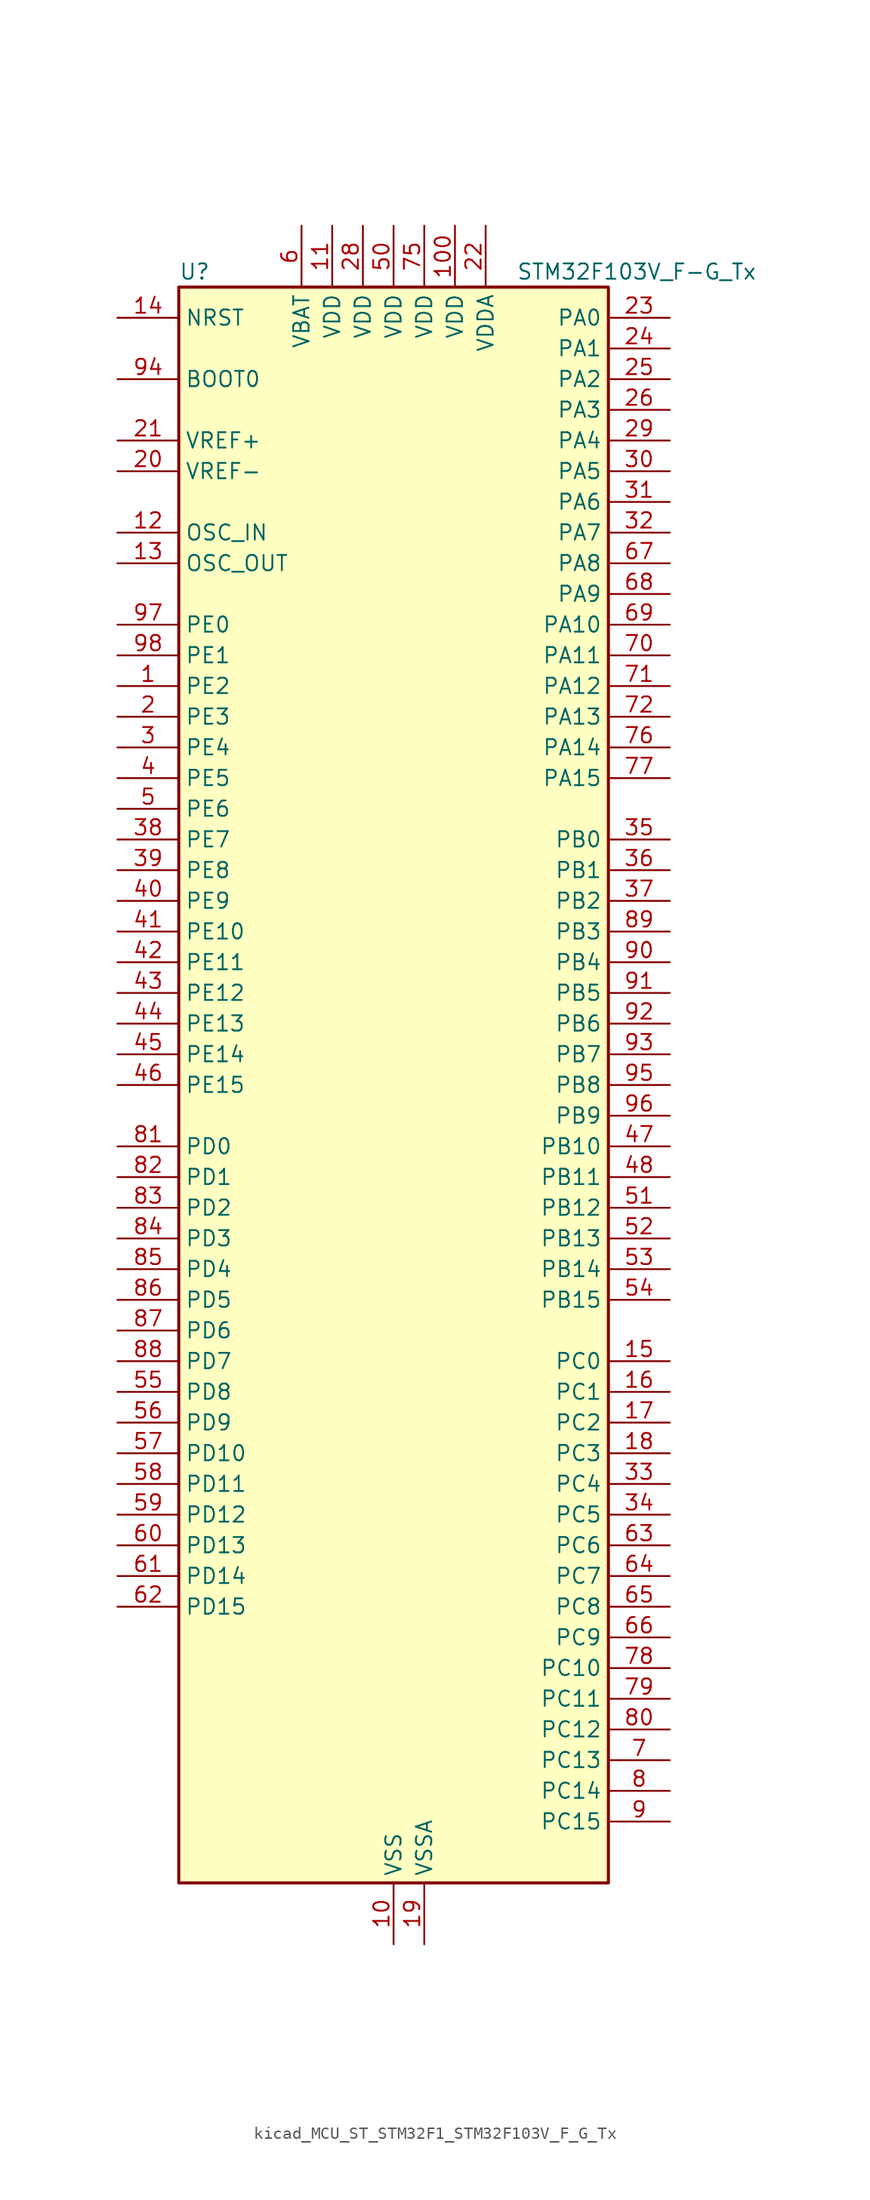
<source format=kicad_sym>
(kicad_symbol_lib
  (version 20220914)
  (generator kicad_symbol_editor)
  (symbol "kicad_MCU_ST_STM32F1_STM32F103V_F_G_Tx"
    (property "Reference" "U"
      (at -17.78 67.31 0)
      (effects (font (size 1.27 1.27)) (justify left)))
    (property "Value" "STM32F103V_F-G_Tx"
      (at 10.16 67.31 0)
      (effects (font (size 1.27 1.27)) (justify left)))
    (property "ki_locked" ""
      (at 0 0 0)
      (effects (font (size 1.27 1.27))))
    (symbol "kicad_MCU_ST_STM32F1_STM32F103V_F_G_Tx_0_1"
      (rectangle (start -17.78 -66.04) (end 17.78 66.04) (stroke (width 0.254) (type default)) (fill (type background))))
    (symbol "kicad_MCU_ST_STM32F1_STM32F103V_F_G_Tx_1_1"
      (pin bidirectional line (at -22.86 33.02 0) (length 5.08) (name "PE2" (effects (font (size 1.27 1.27)))) (number "1" (effects (font (size 1.27 1.27)))) (alternate "FSMC_A23" bidirectional line) (alternate "SYS_TRACECLK" bidirectional line))
      (pin power_in line (at 0 -71.12 90) (length 5.08) (name "VSS" (effects (font (size 1.27 1.27)))) (number "10" (effects (font (size 1.27 1.27)))))
      (pin power_in line (at 5.08 71.12 270) (length 5.08) (name "VDD" (effects (font (size 1.27 1.27)))) (number "100" (effects (font (size 1.27 1.27)))))
      (pin power_in line (at -5.08 71.12 270) (length 5.08) (name "VDD" (effects (font (size 1.27 1.27)))) (number "11" (effects (font (size 1.27 1.27)))))
      (pin input line (at -22.86 45.72 0) (length 5.08) (name "OSC_IN" (effects (font (size 1.27 1.27)))) (number "12" (effects (font (size 1.27 1.27)))) (alternate "RCC_OSC_IN" bidirectional line))
      (pin input line (at -22.86 43.18 0) (length 5.08) (name "OSC_OUT" (effects (font (size 1.27 1.27)))) (number "13" (effects (font (size 1.27 1.27)))) (alternate "RCC_OSC_OUT" bidirectional line))
      (pin input line (at -22.86 63.5 0) (length 5.08) (name "NRST" (effects (font (size 1.27 1.27)))) (number "14" (effects (font (size 1.27 1.27)))))
      (pin bidirectional line (at 22.86 -22.86 180) (length 5.08) (name "PC0" (effects (font (size 1.27 1.27)))) (number "15" (effects (font (size 1.27 1.27)))) (alternate "ADC1_IN10" bidirectional line) (alternate "ADC2_IN10" bidirectional line) (alternate "ADC3_IN10" bidirectional line))
      (pin bidirectional line (at 22.86 -25.4 180) (length 5.08) (name "PC1" (effects (font (size 1.27 1.27)))) (number "16" (effects (font (size 1.27 1.27)))) (alternate "ADC1_IN11" bidirectional line) (alternate "ADC2_IN11" bidirectional line) (alternate "ADC3_IN11" bidirectional line))
      (pin bidirectional line (at 22.86 -27.94 180) (length 5.08) (name "PC2" (effects (font (size 1.27 1.27)))) (number "17" (effects (font (size 1.27 1.27)))) (alternate "ADC1_IN12" bidirectional line) (alternate "ADC2_IN12" bidirectional line) (alternate "ADC3_IN12" bidirectional line))
      (pin bidirectional line (at 22.86 -30.48 180) (length 5.08) (name "PC3" (effects (font (size 1.27 1.27)))) (number "18" (effects (font (size 1.27 1.27)))) (alternate "ADC1_IN13" bidirectional line) (alternate "ADC2_IN13" bidirectional line) (alternate "ADC3_IN13" bidirectional line))
      (pin power_in line (at 2.54 -71.12 90) (length 5.08) (name "VSSA" (effects (font (size 1.27 1.27)))) (number "19" (effects (font (size 1.27 1.27)))))
      (pin bidirectional line (at -22.86 30.48 0) (length 5.08) (name "PE3" (effects (font (size 1.27 1.27)))) (number "2" (effects (font (size 1.27 1.27)))) (alternate "FSMC_A19" bidirectional line) (alternate "SYS_TRACED0" bidirectional line))
      (pin input line (at -22.86 50.8 0) (length 5.08) (name "VREF-" (effects (font (size 1.27 1.27)))) (number "20" (effects (font (size 1.27 1.27)))))
      (pin input line (at -22.86 53.34 0) (length 5.08) (name "VREF+" (effects (font (size 1.27 1.27)))) (number "21" (effects (font (size 1.27 1.27)))))
      (pin power_in line (at 7.62 71.12 270) (length 5.08) (name "VDDA" (effects (font (size 1.27 1.27)))) (number "22" (effects (font (size 1.27 1.27)))))
      (pin bidirectional line (at 22.86 63.5 180) (length 5.08) (name "PA0" (effects (font (size 1.27 1.27)))) (number "23" (effects (font (size 1.27 1.27)))) (alternate "ADC1_IN0" bidirectional line) (alternate "ADC2_IN0" bidirectional line) (alternate "ADC3_IN0" bidirectional line) (alternate "SYS_WKUP" bidirectional line) (alternate "TIM2_CH1" bidirectional line) (alternate "TIM2_ETR" bidirectional line) (alternate "TIM5_CH1" bidirectional line) (alternate "TIM8_ETR" bidirectional line) (alternate "USART2_CTS" bidirectional line))
      (pin bidirectional line (at 22.86 60.96 180) (length 5.08) (name "PA1" (effects (font (size 1.27 1.27)))) (number "24" (effects (font (size 1.27 1.27)))) (alternate "ADC1_IN1" bidirectional line) (alternate "ADC2_IN1" bidirectional line) (alternate "ADC3_IN1" bidirectional line) (alternate "TIM2_CH2" bidirectional line) (alternate "TIM5_CH2" bidirectional line) (alternate "USART2_RTS" bidirectional line))
      (pin bidirectional line (at 22.86 58.42 180) (length 5.08) (name "PA2" (effects (font (size 1.27 1.27)))) (number "25" (effects (font (size 1.27 1.27)))) (alternate "ADC1_IN2" bidirectional line) (alternate "ADC2_IN2" bidirectional line) (alternate "ADC3_IN2" bidirectional line) (alternate "TIM2_CH3" bidirectional line) (alternate "TIM5_CH3" bidirectional line) (alternate "TIM9_CH1" bidirectional line) (alternate "USART2_TX" bidirectional line))
      (pin bidirectional line (at 22.86 55.88 180) (length 5.08) (name "PA3" (effects (font (size 1.27 1.27)))) (number "26" (effects (font (size 1.27 1.27)))) (alternate "ADC1_IN3" bidirectional line) (alternate "ADC2_IN3" bidirectional line) (alternate "ADC3_IN3" bidirectional line) (alternate "TIM2_CH4" bidirectional line) (alternate "TIM5_CH4" bidirectional line) (alternate "TIM9_CH2" bidirectional line) (alternate "USART2_RX" bidirectional line))
      (pin passive line (at 0 -71.12 90) (length 5.08) hide (name "VSS" (effects (font (size 1.27 1.27)))) (number "27" (effects (font (size 1.27 1.27)))))
      (pin power_in line (at -2.54 71.12 270) (length 5.08) (name "VDD" (effects (font (size 1.27 1.27)))) (number "28" (effects (font (size 1.27 1.27)))))
      (pin bidirectional line (at 22.86 53.34 180) (length 5.08) (name "PA4" (effects (font (size 1.27 1.27)))) (number "29" (effects (font (size 1.27 1.27)))) (alternate "ADC1_IN4" bidirectional line) (alternate "ADC2_IN4" bidirectional line) (alternate "DAC_OUT1" bidirectional line) (alternate "SPI1_NSS" bidirectional line) (alternate "USART2_CK" bidirectional line))
      (pin bidirectional line (at -22.86 27.94 0) (length 5.08) (name "PE4" (effects (font (size 1.27 1.27)))) (number "3" (effects (font (size 1.27 1.27)))) (alternate "FSMC_A20" bidirectional line) (alternate "SYS_TRACED1" bidirectional line))
      (pin bidirectional line (at 22.86 50.8 180) (length 5.08) (name "PA5" (effects (font (size 1.27 1.27)))) (number "30" (effects (font (size 1.27 1.27)))) (alternate "ADC1_IN5" bidirectional line) (alternate "ADC2_IN5" bidirectional line) (alternate "DAC_OUT2" bidirectional line) (alternate "SPI1_SCK" bidirectional line))
      (pin bidirectional line (at 22.86 48.26 180) (length 5.08) (name "PA6" (effects (font (size 1.27 1.27)))) (number "31" (effects (font (size 1.27 1.27)))) (alternate "ADC1_IN6" bidirectional line) (alternate "ADC2_IN6" bidirectional line) (alternate "SPI1_MISO" bidirectional line) (alternate "TIM13_CH1" bidirectional line) (alternate "TIM1_BKIN" bidirectional line) (alternate "TIM3_CH1" bidirectional line) (alternate "TIM8_BKIN" bidirectional line))
      (pin bidirectional line (at 22.86 45.72 180) (length 5.08) (name "PA7" (effects (font (size 1.27 1.27)))) (number "32" (effects (font (size 1.27 1.27)))) (alternate "ADC1_IN7" bidirectional line) (alternate "ADC2_IN7" bidirectional line) (alternate "SPI1_MOSI" bidirectional line) (alternate "TIM14_CH1" bidirectional line) (alternate "TIM1_CH1N" bidirectional line) (alternate "TIM3_CH2" bidirectional line) (alternate "TIM8_CH1N" bidirectional line))
      (pin bidirectional line (at 22.86 -33.02 180) (length 5.08) (name "PC4" (effects (font (size 1.27 1.27)))) (number "33" (effects (font (size 1.27 1.27)))) (alternate "ADC1_IN14" bidirectional line) (alternate "ADC2_IN14" bidirectional line))
      (pin bidirectional line (at 22.86 -35.56 180) (length 5.08) (name "PC5" (effects (font (size 1.27 1.27)))) (number "34" (effects (font (size 1.27 1.27)))) (alternate "ADC1_IN15" bidirectional line) (alternate "ADC2_IN15" bidirectional line))
      (pin bidirectional line (at 22.86 20.32 180) (length 5.08) (name "PB0" (effects (font (size 1.27 1.27)))) (number "35" (effects (font (size 1.27 1.27)))) (alternate "ADC1_IN8" bidirectional line) (alternate "ADC2_IN8" bidirectional line) (alternate "TIM1_CH2N" bidirectional line) (alternate "TIM3_CH3" bidirectional line) (alternate "TIM8_CH2N" bidirectional line))
      (pin bidirectional line (at 22.86 17.78 180) (length 5.08) (name "PB1" (effects (font (size 1.27 1.27)))) (number "36" (effects (font (size 1.27 1.27)))) (alternate "ADC1_IN9" bidirectional line) (alternate "ADC2_IN9" bidirectional line) (alternate "TIM1_CH3N" bidirectional line) (alternate "TIM3_CH4" bidirectional line) (alternate "TIM8_CH3N" bidirectional line))
      (pin bidirectional line (at 22.86 15.24 180) (length 5.08) (name "PB2" (effects (font (size 1.27 1.27)))) (number "37" (effects (font (size 1.27 1.27)))))
      (pin bidirectional line (at -22.86 20.32 0) (length 5.08) (name "PE7" (effects (font (size 1.27 1.27)))) (number "38" (effects (font (size 1.27 1.27)))) (alternate "FSMC_D4" bidirectional line) (alternate "FSMC_DA4" bidirectional line) (alternate "TIM1_ETR" bidirectional line))
      (pin bidirectional line (at -22.86 17.78 0) (length 5.08) (name "PE8" (effects (font (size 1.27 1.27)))) (number "39" (effects (font (size 1.27 1.27)))) (alternate "FSMC_D5" bidirectional line) (alternate "FSMC_DA5" bidirectional line) (alternate "TIM1_CH1N" bidirectional line))
      (pin bidirectional line (at -22.86 25.4 0) (length 5.08) (name "PE5" (effects (font (size 1.27 1.27)))) (number "4" (effects (font (size 1.27 1.27)))) (alternate "FSMC_A21" bidirectional line) (alternate "SYS_TRACED2" bidirectional line) (alternate "TIM9_CH1" bidirectional line))
      (pin bidirectional line (at -22.86 15.24 0) (length 5.08) (name "PE9" (effects (font (size 1.27 1.27)))) (number "40" (effects (font (size 1.27 1.27)))) (alternate "DAC_EXTI9" bidirectional line) (alternate "FSMC_D6" bidirectional line) (alternate "FSMC_DA6" bidirectional line) (alternate "TIM1_CH1" bidirectional line))
      (pin bidirectional line (at -22.86 12.7 0) (length 5.08) (name "PE10" (effects (font (size 1.27 1.27)))) (number "41" (effects (font (size 1.27 1.27)))) (alternate "FSMC_D7" bidirectional line) (alternate "FSMC_DA7" bidirectional line) (alternate "TIM1_CH2N" bidirectional line))
      (pin bidirectional line (at -22.86 10.16 0) (length 5.08) (name "PE11" (effects (font (size 1.27 1.27)))) (number "42" (effects (font (size 1.27 1.27)))) (alternate "ADC1_EXTI11" bidirectional line) (alternate "ADC2_EXTI11" bidirectional line) (alternate "FSMC_D8" bidirectional line) (alternate "FSMC_DA8" bidirectional line) (alternate "TIM1_CH2" bidirectional line))
      (pin bidirectional line (at -22.86 7.62 0) (length 5.08) (name "PE12" (effects (font (size 1.27 1.27)))) (number "43" (effects (font (size 1.27 1.27)))) (alternate "FSMC_D9" bidirectional line) (alternate "FSMC_DA9" bidirectional line) (alternate "TIM1_CH3N" bidirectional line))
      (pin bidirectional line (at -22.86 5.08 0) (length 5.08) (name "PE13" (effects (font (size 1.27 1.27)))) (number "44" (effects (font (size 1.27 1.27)))) (alternate "FSMC_D10" bidirectional line) (alternate "FSMC_DA10" bidirectional line) (alternate "TIM1_CH3" bidirectional line))
      (pin bidirectional line (at -22.86 2.54 0) (length 5.08) (name "PE14" (effects (font (size 1.27 1.27)))) (number "45" (effects (font (size 1.27 1.27)))) (alternate "FSMC_D11" bidirectional line) (alternate "FSMC_DA11" bidirectional line) (alternate "TIM1_CH4" bidirectional line))
      (pin bidirectional line (at -22.86 0 0) (length 5.08) (name "PE15" (effects (font (size 1.27 1.27)))) (number "46" (effects (font (size 1.27 1.27)))) (alternate "ADC1_EXTI15" bidirectional line) (alternate "ADC2_EXTI15" bidirectional line) (alternate "FSMC_D12" bidirectional line) (alternate "FSMC_DA12" bidirectional line) (alternate "TIM1_BKIN" bidirectional line))
      (pin bidirectional line (at 22.86 -5.08 180) (length 5.08) (name "PB10" (effects (font (size 1.27 1.27)))) (number "47" (effects (font (size 1.27 1.27)))) (alternate "I2C2_SCL" bidirectional line) (alternate "TIM2_CH3" bidirectional line) (alternate "USART3_TX" bidirectional line))
      (pin bidirectional line (at 22.86 -7.62 180) (length 5.08) (name "PB11" (effects (font (size 1.27 1.27)))) (number "48" (effects (font (size 1.27 1.27)))) (alternate "ADC1_EXTI11" bidirectional line) (alternate "ADC2_EXTI11" bidirectional line) (alternate "I2C2_SDA" bidirectional line) (alternate "TIM2_CH4" bidirectional line) (alternate "USART3_RX" bidirectional line))
      (pin passive line (at 0 -71.12 90) (length 5.08) hide (name "VSS" (effects (font (size 1.27 1.27)))) (number "49" (effects (font (size 1.27 1.27)))))
      (pin bidirectional line (at -22.86 22.86 0) (length 5.08) (name "PE6" (effects (font (size 1.27 1.27)))) (number "5" (effects (font (size 1.27 1.27)))) (alternate "FSMC_A22" bidirectional line) (alternate "SYS_TRACED3" bidirectional line) (alternate "TIM9_CH2" bidirectional line))
      (pin power_in line (at 0 71.12 270) (length 5.08) (name "VDD" (effects (font (size 1.27 1.27)))) (number "50" (effects (font (size 1.27 1.27)))))
      (pin bidirectional line (at 22.86 -10.16 180) (length 5.08) (name "PB12" (effects (font (size 1.27 1.27)))) (number "51" (effects (font (size 1.27 1.27)))) (alternate "I2C2_SMBA" bidirectional line) (alternate "I2S2_WS" bidirectional line) (alternate "SPI2_NSS" bidirectional line) (alternate "TIM1_BKIN" bidirectional line) (alternate "USART3_CK" bidirectional line))
      (pin bidirectional line (at 22.86 -12.7 180) (length 5.08) (name "PB13" (effects (font (size 1.27 1.27)))) (number "52" (effects (font (size 1.27 1.27)))) (alternate "I2S2_CK" bidirectional line) (alternate "SPI2_SCK" bidirectional line) (alternate "TIM1_CH1N" bidirectional line) (alternate "USART3_CTS" bidirectional line))
      (pin bidirectional line (at 22.86 -15.24 180) (length 5.08) (name "PB14" (effects (font (size 1.27 1.27)))) (number "53" (effects (font (size 1.27 1.27)))) (alternate "SPI2_MISO" bidirectional line) (alternate "TIM12_CH1" bidirectional line) (alternate "TIM1_CH2N" bidirectional line) (alternate "USART3_RTS" bidirectional line))
      (pin bidirectional line (at 22.86 -17.78 180) (length 5.08) (name "PB15" (effects (font (size 1.27 1.27)))) (number "54" (effects (font (size 1.27 1.27)))) (alternate "ADC1_EXTI15" bidirectional line) (alternate "ADC2_EXTI15" bidirectional line) (alternate "I2S2_SD" bidirectional line) (alternate "SPI2_MOSI" bidirectional line) (alternate "TIM12_CH2" bidirectional line) (alternate "TIM1_CH3N" bidirectional line))
      (pin bidirectional line (at -22.86 -25.4 0) (length 5.08) (name "PD8" (effects (font (size 1.27 1.27)))) (number "55" (effects (font (size 1.27 1.27)))) (alternate "FSMC_D13" bidirectional line) (alternate "FSMC_DA13" bidirectional line) (alternate "USART3_TX" bidirectional line))
      (pin bidirectional line (at -22.86 -27.94 0) (length 5.08) (name "PD9" (effects (font (size 1.27 1.27)))) (number "56" (effects (font (size 1.27 1.27)))) (alternate "DAC_EXTI9" bidirectional line) (alternate "FSMC_D14" bidirectional line) (alternate "FSMC_DA14" bidirectional line) (alternate "USART3_RX" bidirectional line))
      (pin bidirectional line (at -22.86 -30.48 0) (length 5.08) (name "PD10" (effects (font (size 1.27 1.27)))) (number "57" (effects (font (size 1.27 1.27)))) (alternate "FSMC_D15" bidirectional line) (alternate "FSMC_DA15" bidirectional line) (alternate "USART3_CK" bidirectional line))
      (pin bidirectional line (at -22.86 -33.02 0) (length 5.08) (name "PD11" (effects (font (size 1.27 1.27)))) (number "58" (effects (font (size 1.27 1.27)))) (alternate "ADC1_EXTI11" bidirectional line) (alternate "ADC2_EXTI11" bidirectional line) (alternate "FSMC_A16" bidirectional line) (alternate "FSMC_CLE" bidirectional line) (alternate "USART3_CTS" bidirectional line))
      (pin bidirectional line (at -22.86 -35.56 0) (length 5.08) (name "PD12" (effects (font (size 1.27 1.27)))) (number "59" (effects (font (size 1.27 1.27)))) (alternate "FSMC_A17" bidirectional line) (alternate "FSMC_ALE" bidirectional line) (alternate "TIM4_CH1" bidirectional line) (alternate "USART3_RTS" bidirectional line))
      (pin power_in line (at -7.62 71.12 270) (length 5.08) (name "VBAT" (effects (font (size 1.27 1.27)))) (number "6" (effects (font (size 1.27 1.27)))))
      (pin bidirectional line (at -22.86 -38.1 0) (length 5.08) (name "PD13" (effects (font (size 1.27 1.27)))) (number "60" (effects (font (size 1.27 1.27)))) (alternate "FSMC_A18" bidirectional line) (alternate "TIM4_CH2" bidirectional line))
      (pin bidirectional line (at -22.86 -40.64 0) (length 5.08) (name "PD14" (effects (font (size 1.27 1.27)))) (number "61" (effects (font (size 1.27 1.27)))) (alternate "FSMC_D0" bidirectional line) (alternate "FSMC_DA0" bidirectional line) (alternate "TIM4_CH3" bidirectional line))
      (pin bidirectional line (at -22.86 -43.18 0) (length 5.08) (name "PD15" (effects (font (size 1.27 1.27)))) (number "62" (effects (font (size 1.27 1.27)))) (alternate "ADC1_EXTI15" bidirectional line) (alternate "ADC2_EXTI15" bidirectional line) (alternate "FSMC_D1" bidirectional line) (alternate "FSMC_DA1" bidirectional line) (alternate "TIM4_CH4" bidirectional line))
      (pin bidirectional line (at 22.86 -38.1 180) (length 5.08) (name "PC6" (effects (font (size 1.27 1.27)))) (number "63" (effects (font (size 1.27 1.27)))) (alternate "I2S2_MCK" bidirectional line) (alternate "SDIO_D6" bidirectional line) (alternate "TIM3_CH1" bidirectional line) (alternate "TIM8_CH1" bidirectional line))
      (pin bidirectional line (at 22.86 -40.64 180) (length 5.08) (name "PC7" (effects (font (size 1.27 1.27)))) (number "64" (effects (font (size 1.27 1.27)))) (alternate "I2S3_MCK" bidirectional line) (alternate "SDIO_D7" bidirectional line) (alternate "TIM3_CH2" bidirectional line) (alternate "TIM8_CH2" bidirectional line))
      (pin bidirectional line (at 22.86 -43.18 180) (length 5.08) (name "PC8" (effects (font (size 1.27 1.27)))) (number "65" (effects (font (size 1.27 1.27)))) (alternate "SDIO_D0" bidirectional line) (alternate "TIM3_CH3" bidirectional line) (alternate "TIM8_CH3" bidirectional line))
      (pin bidirectional line (at 22.86 -45.72 180) (length 5.08) (name "PC9" (effects (font (size 1.27 1.27)))) (number "66" (effects (font (size 1.27 1.27)))) (alternate "DAC_EXTI9" bidirectional line) (alternate "SDIO_D1" bidirectional line) (alternate "TIM3_CH4" bidirectional line) (alternate "TIM8_CH4" bidirectional line))
      (pin bidirectional line (at 22.86 43.18 180) (length 5.08) (name "PA8" (effects (font (size 1.27 1.27)))) (number "67" (effects (font (size 1.27 1.27)))) (alternate "RCC_MCO" bidirectional line) (alternate "TIM1_CH1" bidirectional line) (alternate "USART1_CK" bidirectional line))
      (pin bidirectional line (at 22.86 40.64 180) (length 5.08) (name "PA9" (effects (font (size 1.27 1.27)))) (number "68" (effects (font (size 1.27 1.27)))) (alternate "DAC_EXTI9" bidirectional line) (alternate "TIM1_CH2" bidirectional line) (alternate "USART1_TX" bidirectional line))
      (pin bidirectional line (at 22.86 38.1 180) (length 5.08) (name "PA10" (effects (font (size 1.27 1.27)))) (number "69" (effects (font (size 1.27 1.27)))) (alternate "TIM1_CH3" bidirectional line) (alternate "USART1_RX" bidirectional line))
      (pin bidirectional line (at 22.86 -55.88 180) (length 5.08) (name "PC13" (effects (font (size 1.27 1.27)))) (number "7" (effects (font (size 1.27 1.27)))) (alternate "RTC_OUT" bidirectional line) (alternate "RTC_TAMPER" bidirectional line))
      (pin bidirectional line (at 22.86 35.56 180) (length 5.08) (name "PA11" (effects (font (size 1.27 1.27)))) (number "70" (effects (font (size 1.27 1.27)))) (alternate "ADC1_EXTI11" bidirectional line) (alternate "ADC2_EXTI11" bidirectional line) (alternate "CAN_RX" bidirectional line) (alternate "TIM1_CH4" bidirectional line) (alternate "USART1_CTS" bidirectional line) (alternate "USB_DM" bidirectional line))
      (pin bidirectional line (at 22.86 33.02 180) (length 5.08) (name "PA12" (effects (font (size 1.27 1.27)))) (number "71" (effects (font (size 1.27 1.27)))) (alternate "CAN_TX" bidirectional line) (alternate "TIM1_ETR" bidirectional line) (alternate "USART1_RTS" bidirectional line) (alternate "USB_DP" bidirectional line))
      (pin bidirectional line (at 22.86 30.48 180) (length 5.08) (name "PA13" (effects (font (size 1.27 1.27)))) (number "72" (effects (font (size 1.27 1.27)))) (alternate "SYS_JTMS-SWDIO" bidirectional line))
      (pin no_connect line (at -17.78 -66.04 0) (length 5.08) hide (name "NC" (effects (font (size 1.27 1.27)))) (number "73" (effects (font (size 1.27 1.27)))))
      (pin passive line (at 0 -71.12 90) (length 5.08) hide (name "VSS" (effects (font (size 1.27 1.27)))) (number "74" (effects (font (size 1.27 1.27)))))
      (pin power_in line (at 2.54 71.12 270) (length 5.08) (name "VDD" (effects (font (size 1.27 1.27)))) (number "75" (effects (font (size 1.27 1.27)))))
      (pin bidirectional line (at 22.86 27.94 180) (length 5.08) (name "PA14" (effects (font (size 1.27 1.27)))) (number "76" (effects (font (size 1.27 1.27)))) (alternate "SYS_JTCK-SWCLK" bidirectional line))
      (pin bidirectional line (at 22.86 25.4 180) (length 5.08) (name "PA15" (effects (font (size 1.27 1.27)))) (number "77" (effects (font (size 1.27 1.27)))) (alternate "ADC1_EXTI15" bidirectional line) (alternate "ADC2_EXTI15" bidirectional line) (alternate "I2S3_WS" bidirectional line) (alternate "SPI1_NSS" bidirectional line) (alternate "SPI3_NSS" bidirectional line) (alternate "SYS_JTDI" bidirectional line) (alternate "TIM2_CH1" bidirectional line) (alternate "TIM2_ETR" bidirectional line))
      (pin bidirectional line (at 22.86 -48.26 180) (length 5.08) (name "PC10" (effects (font (size 1.27 1.27)))) (number "78" (effects (font (size 1.27 1.27)))) (alternate "SDIO_D2" bidirectional line) (alternate "UART4_TX" bidirectional line) (alternate "USART3_TX" bidirectional line))
      (pin bidirectional line (at 22.86 -50.8 180) (length 5.08) (name "PC11" (effects (font (size 1.27 1.27)))) (number "79" (effects (font (size 1.27 1.27)))) (alternate "ADC1_EXTI11" bidirectional line) (alternate "ADC2_EXTI11" bidirectional line) (alternate "SDIO_D3" bidirectional line) (alternate "UART4_RX" bidirectional line) (alternate "USART3_RX" bidirectional line))
      (pin bidirectional line (at 22.86 -58.42 180) (length 5.08) (name "PC14" (effects (font (size 1.27 1.27)))) (number "8" (effects (font (size 1.27 1.27)))) (alternate "RCC_OSC32_IN" bidirectional line))
      (pin bidirectional line (at 22.86 -53.34 180) (length 5.08) (name "PC12" (effects (font (size 1.27 1.27)))) (number "80" (effects (font (size 1.27 1.27)))) (alternate "SDIO_CK" bidirectional line) (alternate "UART5_TX" bidirectional line) (alternate "USART3_CK" bidirectional line))
      (pin bidirectional line (at -22.86 -5.08 0) (length 5.08) (name "PD0" (effects (font (size 1.27 1.27)))) (number "81" (effects (font (size 1.27 1.27)))) (alternate "CAN_RX" bidirectional line) (alternate "FSMC_D2" bidirectional line) (alternate "FSMC_DA2" bidirectional line))
      (pin bidirectional line (at -22.86 -7.62 0) (length 5.08) (name "PD1" (effects (font (size 1.27 1.27)))) (number "82" (effects (font (size 1.27 1.27)))) (alternate "CAN_TX" bidirectional line) (alternate "FSMC_D3" bidirectional line) (alternate "FSMC_DA3" bidirectional line))
      (pin bidirectional line (at -22.86 -10.16 0) (length 5.08) (name "PD2" (effects (font (size 1.27 1.27)))) (number "83" (effects (font (size 1.27 1.27)))) (alternate "SDIO_CMD" bidirectional line) (alternate "TIM3_ETR" bidirectional line) (alternate "UART5_RX" bidirectional line))
      (pin bidirectional line (at -22.86 -12.7 0) (length 5.08) (name "PD3" (effects (font (size 1.27 1.27)))) (number "84" (effects (font (size 1.27 1.27)))) (alternate "FSMC_CLK" bidirectional line) (alternate "USART2_CTS" bidirectional line))
      (pin bidirectional line (at -22.86 -15.24 0) (length 5.08) (name "PD4" (effects (font (size 1.27 1.27)))) (number "85" (effects (font (size 1.27 1.27)))) (alternate "FSMC_NOE" bidirectional line) (alternate "USART2_RTS" bidirectional line))
      (pin bidirectional line (at -22.86 -17.78 0) (length 5.08) (name "PD5" (effects (font (size 1.27 1.27)))) (number "86" (effects (font (size 1.27 1.27)))) (alternate "FSMC_NWE" bidirectional line) (alternate "USART2_TX" bidirectional line))
      (pin bidirectional line (at -22.86 -20.32 0) (length 5.08) (name "PD6" (effects (font (size 1.27 1.27)))) (number "87" (effects (font (size 1.27 1.27)))) (alternate "FSMC_NWAIT" bidirectional line) (alternate "USART2_RX" bidirectional line))
      (pin bidirectional line (at -22.86 -22.86 0) (length 5.08) (name "PD7" (effects (font (size 1.27 1.27)))) (number "88" (effects (font (size 1.27 1.27)))) (alternate "FSMC_NCE2" bidirectional line) (alternate "FSMC_NE1" bidirectional line) (alternate "USART2_CK" bidirectional line))
      (pin bidirectional line (at 22.86 12.7 180) (length 5.08) (name "PB3" (effects (font (size 1.27 1.27)))) (number "89" (effects (font (size 1.27 1.27)))) (alternate "I2S3_CK" bidirectional line) (alternate "SPI1_SCK" bidirectional line) (alternate "SPI3_SCK" bidirectional line) (alternate "SYS_JTDO-TRACESWO" bidirectional line) (alternate "TIM2_CH2" bidirectional line))
      (pin bidirectional line (at 22.86 -60.96 180) (length 5.08) (name "PC15" (effects (font (size 1.27 1.27)))) (number "9" (effects (font (size 1.27 1.27)))) (alternate "ADC1_EXTI15" bidirectional line) (alternate "ADC2_EXTI15" bidirectional line) (alternate "RCC_OSC32_OUT" bidirectional line))
      (pin bidirectional line (at 22.86 10.16 180) (length 5.08) (name "PB4" (effects (font (size 1.27 1.27)))) (number "90" (effects (font (size 1.27 1.27)))) (alternate "SPI1_MISO" bidirectional line) (alternate "SPI3_MISO" bidirectional line) (alternate "SYS_NJTRST" bidirectional line) (alternate "TIM3_CH1" bidirectional line))
      (pin bidirectional line (at 22.86 7.62 180) (length 5.08) (name "PB5" (effects (font (size 1.27 1.27)))) (number "91" (effects (font (size 1.27 1.27)))) (alternate "I2C1_SMBA" bidirectional line) (alternate "I2S3_SD" bidirectional line) (alternate "SPI1_MOSI" bidirectional line) (alternate "SPI3_MOSI" bidirectional line) (alternate "TIM3_CH2" bidirectional line))
      (pin bidirectional line (at 22.86 5.08 180) (length 5.08) (name "PB6" (effects (font (size 1.27 1.27)))) (number "92" (effects (font (size 1.27 1.27)))) (alternate "I2C1_SCL" bidirectional line) (alternate "TIM4_CH1" bidirectional line) (alternate "USART1_TX" bidirectional line))
      (pin bidirectional line (at 22.86 2.54 180) (length 5.08) (name "PB7" (effects (font (size 1.27 1.27)))) (number "93" (effects (font (size 1.27 1.27)))) (alternate "FSMC_NL" bidirectional line) (alternate "I2C1_SDA" bidirectional line) (alternate "TIM4_CH2" bidirectional line) (alternate "USART1_RX" bidirectional line))
      (pin input line (at -22.86 58.42 0) (length 5.08) (name "BOOT0" (effects (font (size 1.27 1.27)))) (number "94" (effects (font (size 1.27 1.27)))))
      (pin bidirectional line (at 22.86 0 180) (length 5.08) (name "PB8" (effects (font (size 1.27 1.27)))) (number "95" (effects (font (size 1.27 1.27)))) (alternate "CAN_RX" bidirectional line) (alternate "I2C1_SCL" bidirectional line) (alternate "SDIO_D4" bidirectional line) (alternate "TIM10_CH1" bidirectional line) (alternate "TIM4_CH3" bidirectional line))
      (pin bidirectional line (at 22.86 -2.54 180) (length 5.08) (name "PB9" (effects (font (size 1.27 1.27)))) (number "96" (effects (font (size 1.27 1.27)))) (alternate "CAN_TX" bidirectional line) (alternate "DAC_EXTI9" bidirectional line) (alternate "I2C1_SDA" bidirectional line) (alternate "SDIO_D5" bidirectional line) (alternate "TIM11_CH1" bidirectional line) (alternate "TIM4_CH4" bidirectional line))
      (pin bidirectional line (at -22.86 38.1 0) (length 5.08) (name "PE0" (effects (font (size 1.27 1.27)))) (number "97" (effects (font (size 1.27 1.27)))) (alternate "FSMC_NBL0" bidirectional line) (alternate "TIM4_ETR" bidirectional line))
      (pin bidirectional line (at -22.86 35.56 0) (length 5.08) (name "PE1" (effects (font (size 1.27 1.27)))) (number "98" (effects (font (size 1.27 1.27)))) (alternate "FSMC_NBL1" bidirectional line))
      (pin passive line (at 0 -71.12 90) (length 5.08) hide (name "VSS" (effects (font (size 1.27 1.27)))) (number "99" (effects (font (size 1.27 1.27))))))))
</source>
